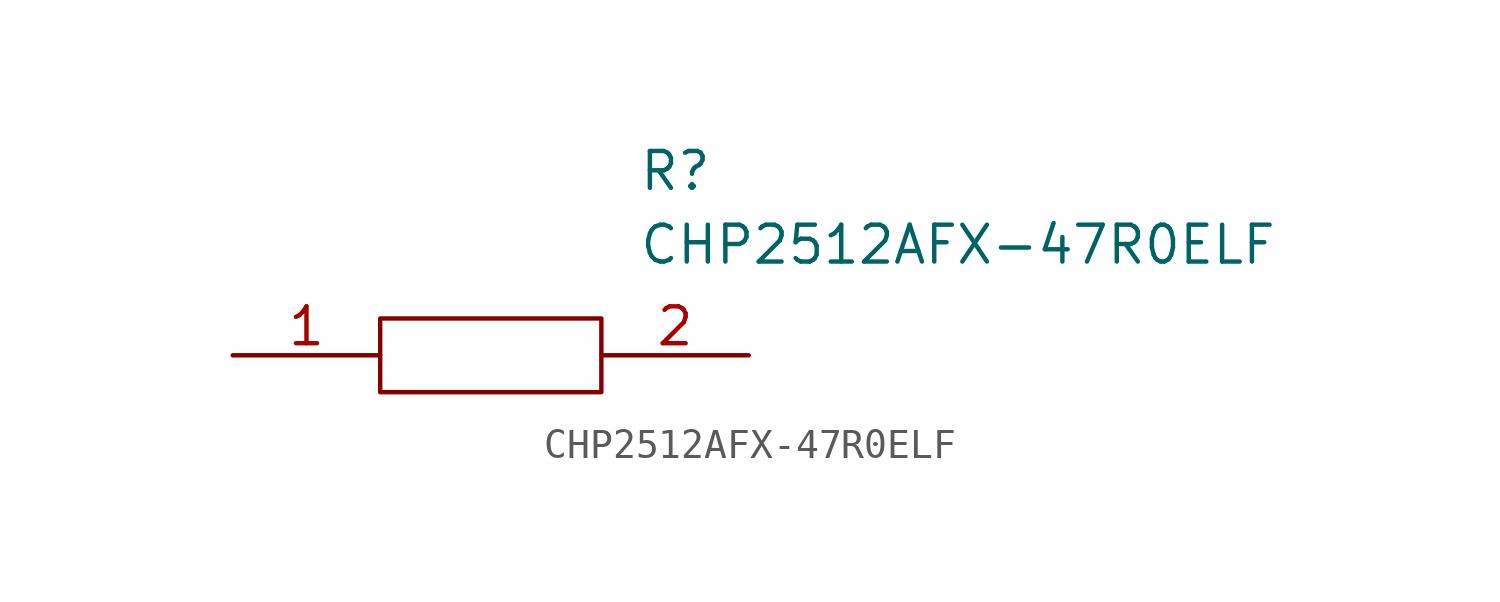
<source format=kicad_sym>
(kicad_symbol_lib
  (version 20211014)
  (generator kicad_symbol_editor)
  (symbol "CHP2512AFX-47R0ELF"
    (pin_names
      (offset 0.762))
    (property "Reference" "R"
      (at 13.97 6.35 0)
      (effects (font (size 1.27 1.27)) (justify left)))
    (property "Value" "CHP2512AFX-47R0ELF"
      (at 13.97 3.81 0)
      (effects (font (size 1.27 1.27)) (justify left)))
    (symbol "CHP2512AFX-47R0ELF_0_0"
      (pin passive line (at 0 0 0) (length 5.08) (name "~" (effects (font (size 1.27 1.27)))) (number "1" (effects (font (size 1.27 1.27)))))
      (pin passive line (at 17.78 0 180) (length 5.08) (name "~" (effects (font (size 1.27 1.27)))) (number "2" (effects (font (size 1.27 1.27))))))
    (symbol "CHP2512AFX-47R0ELF_0_1"
      (polyline (pts (xy 5.08 1.27) (xy 12.7 1.27) (xy 12.7 -1.27) (xy 5.08 -1.27) (xy 5.08 1.27)) (stroke (width 0.152) (type default) (color 0 0 0 0)) (fill (type none))))))
</source>
